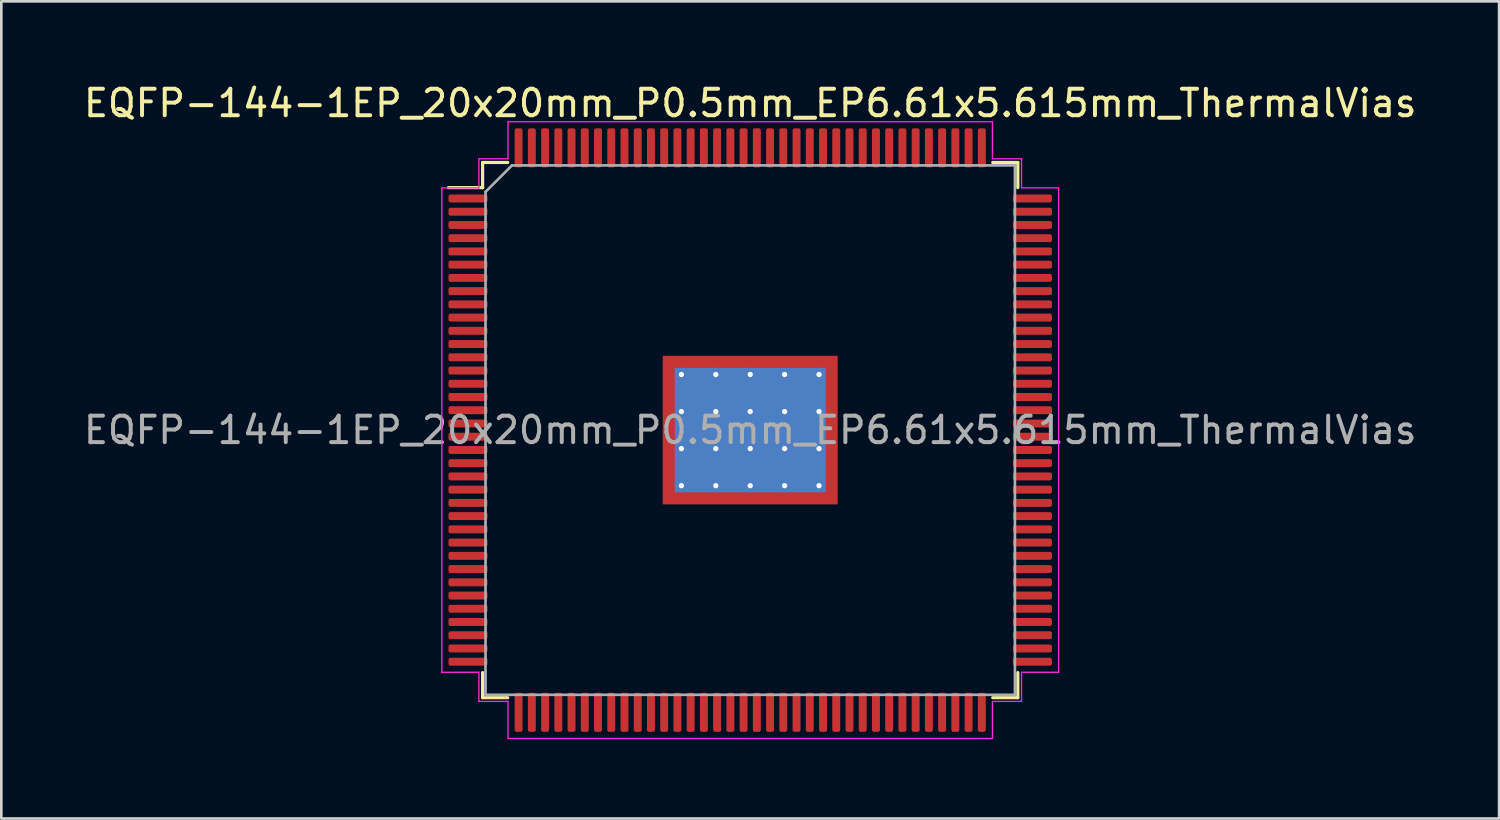
<source format=kicad_pcb>
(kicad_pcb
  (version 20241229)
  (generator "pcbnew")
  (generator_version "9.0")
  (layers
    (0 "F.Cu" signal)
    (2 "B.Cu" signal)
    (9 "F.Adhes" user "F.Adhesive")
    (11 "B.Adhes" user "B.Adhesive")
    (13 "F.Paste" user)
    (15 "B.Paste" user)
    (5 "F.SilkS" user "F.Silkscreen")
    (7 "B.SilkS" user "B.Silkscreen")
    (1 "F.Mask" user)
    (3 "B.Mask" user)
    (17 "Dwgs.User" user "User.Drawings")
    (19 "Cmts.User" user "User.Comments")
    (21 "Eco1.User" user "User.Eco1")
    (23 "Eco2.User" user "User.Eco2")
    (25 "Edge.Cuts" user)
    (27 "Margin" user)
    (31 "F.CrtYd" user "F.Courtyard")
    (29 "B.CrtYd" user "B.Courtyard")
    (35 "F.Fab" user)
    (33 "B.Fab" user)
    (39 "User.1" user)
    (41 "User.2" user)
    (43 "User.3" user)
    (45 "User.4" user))
  (footprint "EQFP-144-1EP_20x20mm_P0.5mm_EP6.61x5.615mm_ThermalVias"
    (layer "F.Cu")
    (at 25.292 13.198)
    (property "Reference" "EQFP-144-1EP_20x20mm_P0.5mm_EP6.61x5.615mm_ThermalVias" (at 0 -12.35 0) (layer "F.SilkS") (effects (font (size 1 1) (thickness 0.15))))
    (attr smd)
    (fp_line (start -10.11 -10.11) (end -10.11 -9.16) (stroke (width 0.12) (type solid)) (layer "F.SilkS"))
    (fp_line (start -10.11 -9.16) (end -11.4 -9.16) (stroke (width 0.12) (type solid)) (layer "F.SilkS"))
    (fp_line (start -10.11 10.11) (end -10.11 9.16) (stroke (width 0.12) (type solid)) (layer "F.SilkS"))
    (fp_line (start -9.16 -10.11) (end -10.11 -10.11) (stroke (width 0.12) (type solid)) (layer "F.SilkS"))
    (fp_line (start -9.16 10.11) (end -10.11 10.11) (stroke (width 0.12) (type solid)) (layer "F.SilkS"))
    (fp_line (start 9.16 -10.11) (end 10.11 -10.11) (stroke (width 0.12) (type solid)) (layer "F.SilkS"))
    (fp_line (start 9.16 10.11) (end 10.11 10.11) (stroke (width 0.12) (type solid)) (layer "F.SilkS"))
    (fp_line (start 10.11 -10.11) (end 10.11 -9.16) (stroke (width 0.12) (type solid)) (layer "F.SilkS"))
    (fp_line (start 10.11 10.11) (end 10.11 9.16) (stroke (width 0.12) (type solid)) (layer "F.SilkS"))
    (fp_line (start -11.65 -9.15) (end -11.65 0) (stroke (width 0.05) (type solid)) (layer "F.CrtYd"))
    (fp_line (start -11.65 9.15) (end -11.65 0) (stroke (width 0.05) (type solid)) (layer "F.CrtYd"))
    (fp_line (start -10.25 -10.25) (end -10.25 -9.15) (stroke (width 0.05) (type solid)) (layer "F.CrtYd"))
    (fp_line (start -10.25 -9.15) (end -11.65 -9.15) (stroke (width 0.05) (type solid)) (layer "F.CrtYd"))
    (fp_line (start -10.25 9.15) (end -11.65 9.15) (stroke (width 0.05) (type solid)) (layer "F.CrtYd"))
    (fp_line (start -10.25 10.25) (end -10.25 9.15) (stroke (width 0.05) (type solid)) (layer "F.CrtYd"))
    (fp_line (start -9.15 -11.65) (end -9.15 -10.25) (stroke (width 0.05) (type solid)) (layer "F.CrtYd"))
    (fp_line (start -9.15 -10.25) (end -10.25 -10.25) (stroke (width 0.05) (type solid)) (layer "F.CrtYd"))
    (fp_line (start -9.15 10.25) (end -10.25 10.25) (stroke (width 0.05) (type solid)) (layer "F.CrtYd"))
    (fp_line (start -9.15 11.65) (end -9.15 10.25) (stroke (width 0.05) (type solid)) (layer "F.CrtYd"))
    (fp_line (start 0 -11.65) (end -9.15 -11.65) (stroke (width 0.05) (type solid)) (layer "F.CrtYd"))
    (fp_line (start 0 -11.65) (end 9.15 -11.65) (stroke (width 0.05) (type solid)) (layer "F.CrtYd"))
    (fp_line (start 0 11.65) (end -9.15 11.65) (stroke (width 0.05) (type solid)) (layer "F.CrtYd"))
    (fp_line (start 0 11.65) (end 9.15 11.65) (stroke (width 0.05) (type solid)) (layer "F.CrtYd"))
    (fp_line (start 9.15 -11.65) (end 9.15 -10.25) (stroke (width 0.05) (type solid)) (layer "F.CrtYd"))
    (fp_line (start 9.15 -10.25) (end 10.25 -10.25) (stroke (width 0.05) (type solid)) (layer "F.CrtYd"))
    (fp_line (start 9.15 10.25) (end 10.25 10.25) (stroke (width 0.05) (type solid)) (layer "F.CrtYd"))
    (fp_line (start 9.15 11.65) (end 9.15 10.25) (stroke (width 0.05) (type solid)) (layer "F.CrtYd"))
    (fp_line (start 10.25 -10.25) (end 10.25 -9.15) (stroke (width 0.05) (type solid)) (layer "F.CrtYd"))
    (fp_line (start 10.25 -9.15) (end 11.65 -9.15) (stroke (width 0.05) (type solid)) (layer "F.CrtYd"))
    (fp_line (start 10.25 9.15) (end 11.65 9.15) (stroke (width 0.05) (type solid)) (layer "F.CrtYd"))
    (fp_line (start 10.25 10.25) (end 10.25 9.15) (stroke (width 0.05) (type solid)) (layer "F.CrtYd"))
    (fp_line (start 11.65 -9.15) (end 11.65 0) (stroke (width 0.05) (type solid)) (layer "F.CrtYd"))
    (fp_line (start 11.65 9.15) (end 11.65 0) (stroke (width 0.05) (type solid)) (layer "F.CrtYd"))
    (fp_line (start -10 -9) (end -9 -10) (stroke (width 0.1) (type solid)) (layer "F.Fab"))
    (fp_line (start -10 10) (end -10 -9) (stroke (width 0.1) (type solid)) (layer "F.Fab"))
    (fp_line (start -9 -10) (end 10 -10) (stroke (width 0.1) (type solid)) (layer "F.Fab"))
    (fp_line (start 10 -10) (end 10 10) (stroke (width 0.1) (type solid)) (layer "F.Fab"))
    (fp_line (start 10 10) (end -10 10) (stroke (width 0.1) (type solid)) (layer "F.Fab"))
    (fp_text user "${REFERENCE}" (at 0 0 0) (layer "F.Fab") (effects (font (size 1 1) (thickness 0.15))))
    (pad "" smd custom (at -2.953 -2.454) (size 0.465 0.465) (layers "F.Paste") (options (anchor circle)) (primitives (gr_poly (pts (xy 0.181 0.096) (xy 0.095 0.182) (xy -0.181 0.182) (xy -0.181 -0.182) (xy 0.181 -0.182)) (width 0.206) (fill yes))))
    (pad "" smd roundrect (at -2.953 -1.4) (size 0.568 1.129) (layers "F.Paste") (roundrect_rratio 0.25))
    (pad "" smd roundrect (at -2.953 0) (size 0.568 1.129) (layers "F.Paste") (roundrect_rratio 0.25))
    (pad "" smd roundrect (at -2.953 1.4) (size 0.568 1.129) (layers "F.Paste") (roundrect_rratio 0.25))
    (pad "" smd custom (at -2.953 2.454) (size 0.465 0.465) (layers "F.Paste") (options (anchor circle)) (primitives (gr_poly (pts (xy 0.181 -0.096) (xy 0.181 0.182) (xy -0.181 0.182) (xy -0.181 -0.182) (xy 0.095 -0.182)) (width 0.206) (fill yes))))
    (pad "" smd custom (at -1.95 -2.454) (size 0.508 0.508) (layers "F.Paste") (options (anchor circle)) (primitives (gr_poly (pts (xy 0.462 0.171) (xy 0.41 0.223) (xy -0.41 0.223) (xy -0.462 0.171) (xy -0.462 -0.223) (xy 0.462 -0.223)) (width 0.125) (fill yes))))
    (pad "" smd roundrect (at -1.95 -1.4) (size 1.048 1.129) (layers "F.Paste") (roundrect_rratio 0.239))
    (pad "" smd roundrect (at -1.95 0) (size 1.048 1.129) (layers "F.Paste") (roundrect_rratio 0.239))
    (pad "" smd roundrect (at -1.95 1.4) (size 1.048 1.129) (layers "F.Paste") (roundrect_rratio 0.239))
    (pad "" smd custom (at -1.95 2.454) (size 0.508 0.508) (layers "F.Paste") (options (anchor circle)) (primitives (gr_poly (pts (xy 0.462 -0.171) (xy 0.462 0.223) (xy -0.462 0.223) (xy -0.462 -0.171) (xy -0.41 -0.223) (xy 0.41 -0.223)) (width 0.125) (fill yes))))
    (pad "" smd custom (at -0.65 -2.454) (size 0.508 0.508) (layers "F.Paste") (options (anchor circle)) (primitives (gr_poly (pts (xy 0.462 0.171) (xy 0.41 0.223) (xy -0.41 0.223) (xy -0.462 0.171) (xy -0.462 -0.223) (xy 0.462 -0.223)) (width 0.125) (fill yes))))
    (pad "" smd roundrect (at -0.65 -1.4) (size 1.048 1.129) (layers "F.Paste") (roundrect_rratio 0.239))
    (pad "" smd roundrect (at -0.65 0) (size 1.048 1.129) (layers "F.Paste") (roundrect_rratio 0.239))
    (pad "" smd roundrect (at -0.65 1.4) (size 1.048 1.129) (layers "F.Paste") (roundrect_rratio 0.239))
    (pad "" smd custom (at -0.65 2.454) (size 0.508 0.508) (layers "F.Paste") (options (anchor circle)) (primitives (gr_poly (pts (xy 0.462 -0.171) (xy 0.462 0.223) (xy -0.462 0.223) (xy -0.462 -0.171) (xy -0.41 -0.223) (xy 0.41 -0.223)) (width 0.125) (fill yes))))
    (pad "" smd custom (at 0.65 -2.454) (size 0.508 0.508) (layers "F.Paste") (options (anchor circle)) (primitives (gr_poly (pts (xy 0.462 0.171) (xy 0.41 0.223) (xy -0.41 0.223) (xy -0.462 0.171) (xy -0.462 -0.223) (xy 0.462 -0.223)) (width 0.125) (fill yes))))
    (pad "" smd roundrect (at 0.65 -1.4) (size 1.048 1.129) (layers "F.Paste") (roundrect_rratio 0.239))
    (pad "" smd roundrect (at 0.65 0) (size 1.048 1.129) (layers "F.Paste") (roundrect_rratio 0.239))
    (pad "" smd roundrect (at 0.65 1.4) (size 1.048 1.129) (layers "F.Paste") (roundrect_rratio 0.239))
    (pad "" smd custom (at 0.65 2.454) (size 0.508 0.508) (layers "F.Paste") (options (anchor circle)) (primitives (gr_poly (pts (xy 0.462 -0.171) (xy 0.462 0.223) (xy -0.462 0.223) (xy -0.462 -0.171) (xy -0.41 -0.223) (xy 0.41 -0.223)) (width 0.125) (fill yes))))
    (pad "" smd custom (at 1.95 -2.454) (size 0.508 0.508) (layers "F.Paste") (options (anchor circle)) (primitives (gr_poly (pts (xy 0.462 0.171) (xy 0.41 0.223) (xy -0.41 0.223) (xy -0.462 0.171) (xy -0.462 -0.223) (xy 0.462 -0.223)) (width 0.125) (fill yes))))
    (pad "" smd roundrect (at 1.95 -1.4) (size 1.048 1.129) (layers "F.Paste") (roundrect_rratio 0.239))
    (pad "" smd roundrect (at 1.95 0) (size 1.048 1.129) (layers "F.Paste") (roundrect_rratio 0.239))
    (pad "" smd roundrect (at 1.95 1.4) (size 1.048 1.129) (layers "F.Paste") (roundrect_rratio 0.239))
    (pad "" smd custom (at 1.95 2.454) (size 0.508 0.508) (layers "F.Paste") (options (anchor circle)) (primitives (gr_poly (pts (xy 0.462 -0.171) (xy 0.462 0.223) (xy -0.462 0.223) (xy -0.462 -0.171) (xy -0.41 -0.223) (xy 0.41 -0.223)) (width 0.125) (fill yes))))
    (pad "" smd custom (at 2.953 -2.454) (size 0.465 0.465) (layers "F.Paste") (options (anchor circle)) (primitives (gr_poly (pts (xy 0.181 0.182) (xy -0.095 0.182) (xy -0.181 0.096) (xy -0.181 -0.182) (xy 0.181 -0.182)) (width 0.206) (fill yes))))
    (pad "" smd roundrect (at 2.953 -1.4) (size 0.568 1.129) (layers "F.Paste") (roundrect_rratio 0.25))
    (pad "" smd roundrect (at 2.953 0) (size 0.568 1.129) (layers "F.Paste") (roundrect_rratio 0.25))
    (pad "" smd roundrect (at 2.953 1.4) (size 0.568 1.129) (layers "F.Paste") (roundrect_rratio 0.25))
    (pad "" smd custom (at 2.953 2.454) (size 0.465 0.465) (layers "F.Paste") (options (anchor circle)) (primitives (gr_poly (pts (xy 0.181 0.182) (xy -0.181 0.182) (xy -0.181 -0.096) (xy -0.095 -0.182) (xy 0.181 -0.182)) (width 0.206) (fill yes))))
    (pad "1" smd roundrect (at -10.662 -8.75) (size 1.475 0.3) (layers "F.Cu" "F.Mask" "F.Paste") (roundrect_rratio 0.25))
    (pad "2" smd roundrect (at -10.662 -8.25) (size 1.475 0.3) (layers "F.Cu" "F.Mask" "F.Paste") (roundrect_rratio 0.25))
    (pad "3" smd roundrect (at -10.662 -7.75) (size 1.475 0.3) (layers "F.Cu" "F.Mask" "F.Paste") (roundrect_rratio 0.25))
    (pad "4" smd roundrect (at -10.662 -7.25) (size 1.475 0.3) (layers "F.Cu" "F.Mask" "F.Paste") (roundrect_rratio 0.25))
    (pad "5" smd roundrect (at -10.662 -6.75) (size 1.475 0.3) (layers "F.Cu" "F.Mask" "F.Paste") (roundrect_rratio 0.25))
    (pad "6" smd roundrect (at -10.662 -6.25) (size 1.475 0.3) (layers "F.Cu" "F.Mask" "F.Paste") (roundrect_rratio 0.25))
    (pad "7" smd roundrect (at -10.662 -5.75) (size 1.475 0.3) (layers "F.Cu" "F.Mask" "F.Paste") (roundrect_rratio 0.25))
    (pad "8" smd roundrect (at -10.662 -5.25) (size 1.475 0.3) (layers "F.Cu" "F.Mask" "F.Paste") (roundrect_rratio 0.25))
    (pad "9" smd roundrect (at -10.662 -4.75) (size 1.475 0.3) (layers "F.Cu" "F.Mask" "F.Paste") (roundrect_rratio 0.25))
    (pad "10" smd roundrect (at -10.662 -4.25) (size 1.475 0.3) (layers "F.Cu" "F.Mask" "F.Paste") (roundrect_rratio 0.25))
    (pad "11" smd roundrect (at -10.662 -3.75) (size 1.475 0.3) (layers "F.Cu" "F.Mask" "F.Paste") (roundrect_rratio 0.25))
    (pad "12" smd roundrect (at -10.662 -3.25) (size 1.475 0.3) (layers "F.Cu" "F.Mask" "F.Paste") (roundrect_rratio 0.25))
    (pad "13" smd roundrect (at -10.662 -2.75) (size 1.475 0.3) (layers "F.Cu" "F.Mask" "F.Paste") (roundrect_rratio 0.25))
    (pad "14" smd roundrect (at -10.662 -2.25) (size 1.475 0.3) (layers "F.Cu" "F.Mask" "F.Paste") (roundrect_rratio 0.25))
    (pad "15" smd roundrect (at -10.662 -1.75) (size 1.475 0.3) (layers "F.Cu" "F.Mask" "F.Paste") (roundrect_rratio 0.25))
    (pad "16" smd roundrect (at -10.662 -1.25) (size 1.475 0.3) (layers "F.Cu" "F.Mask" "F.Paste") (roundrect_rratio 0.25))
    (pad "17" smd roundrect (at -10.662 -0.75) (size 1.475 0.3) (layers "F.Cu" "F.Mask" "F.Paste") (roundrect_rratio 0.25))
    (pad "18" smd roundrect (at -10.662 -0.25) (size 1.475 0.3) (layers "F.Cu" "F.Mask" "F.Paste") (roundrect_rratio 0.25))
    (pad "19" smd roundrect (at -10.662 0.25) (size 1.475 0.3) (layers "F.Cu" "F.Mask" "F.Paste") (roundrect_rratio 0.25))
    (pad "20" smd roundrect (at -10.662 0.75) (size 1.475 0.3) (layers "F.Cu" "F.Mask" "F.Paste") (roundrect_rratio 0.25))
    (pad "21" smd roundrect (at -10.662 1.25) (size 1.475 0.3) (layers "F.Cu" "F.Mask" "F.Paste") (roundrect_rratio 0.25))
    (pad "22" smd roundrect (at -10.662 1.75) (size 1.475 0.3) (layers "F.Cu" "F.Mask" "F.Paste") (roundrect_rratio 0.25))
    (pad "23" smd roundrect (at -10.662 2.25) (size 1.475 0.3) (layers "F.Cu" "F.Mask" "F.Paste") (roundrect_rratio 0.25))
    (pad "24" smd roundrect (at -10.662 2.75) (size 1.475 0.3) (layers "F.Cu" "F.Mask" "F.Paste") (roundrect_rratio 0.25))
    (pad "25" smd roundrect (at -10.662 3.25) (size 1.475 0.3) (layers "F.Cu" "F.Mask" "F.Paste") (roundrect_rratio 0.25))
    (pad "26" smd roundrect (at -10.662 3.75) (size 1.475 0.3) (layers "F.Cu" "F.Mask" "F.Paste") (roundrect_rratio 0.25))
    (pad "27" smd roundrect (at -10.662 4.25) (size 1.475 0.3) (layers "F.Cu" "F.Mask" "F.Paste") (roundrect_rratio 0.25))
    (pad "28" smd roundrect (at -10.662 4.75) (size 1.475 0.3) (layers "F.Cu" "F.Mask" "F.Paste") (roundrect_rratio 0.25))
    (pad "29" smd roundrect (at -10.662 5.25) (size 1.475 0.3) (layers "F.Cu" "F.Mask" "F.Paste") (roundrect_rratio 0.25))
    (pad "30" smd roundrect (at -10.662 5.75) (size 1.475 0.3) (layers "F.Cu" "F.Mask" "F.Paste") (roundrect_rratio 0.25))
    (pad "31" smd roundrect (at -10.662 6.25) (size 1.475 0.3) (layers "F.Cu" "F.Mask" "F.Paste") (roundrect_rratio 0.25))
    (pad "32" smd roundrect (at -10.662 6.75) (size 1.475 0.3) (layers "F.Cu" "F.Mask" "F.Paste") (roundrect_rratio 0.25))
    (pad "33" smd roundrect (at -10.662 7.25) (size 1.475 0.3) (layers "F.Cu" "F.Mask" "F.Paste") (roundrect_rratio 0.25))
    (pad "34" smd roundrect (at -10.662 7.75) (size 1.475 0.3) (layers "F.Cu" "F.Mask" "F.Paste") (roundrect_rratio 0.25))
    (pad "35" smd roundrect (at -10.662 8.25) (size 1.475 0.3) (layers "F.Cu" "F.Mask" "F.Paste") (roundrect_rratio 0.25))
    (pad "36" smd roundrect (at -10.662 8.75) (size 1.475 0.3) (layers "F.Cu" "F.Mask" "F.Paste") (roundrect_rratio 0.25))
    (pad "37" smd roundrect (at -8.75 10.662) (size 0.3 1.475) (layers "F.Cu" "F.Mask" "F.Paste") (roundrect_rratio 0.25))
    (pad "38" smd roundrect (at -8.25 10.662) (size 0.3 1.475) (layers "F.Cu" "F.Mask" "F.Paste") (roundrect_rratio 0.25))
    (pad "39" smd roundrect (at -7.75 10.662) (size 0.3 1.475) (layers "F.Cu" "F.Mask" "F.Paste") (roundrect_rratio 0.25))
    (pad "40" smd roundrect (at -7.25 10.662) (size 0.3 1.475) (layers "F.Cu" "F.Mask" "F.Paste") (roundrect_rratio 0.25))
    (pad "41" smd roundrect (at -6.75 10.662) (size 0.3 1.475) (layers "F.Cu" "F.Mask" "F.Paste") (roundrect_rratio 0.25))
    (pad "42" smd roundrect (at -6.25 10.662) (size 0.3 1.475) (layers "F.Cu" "F.Mask" "F.Paste") (roundrect_rratio 0.25))
    (pad "43" smd roundrect (at -5.75 10.662) (size 0.3 1.475) (layers "F.Cu" "F.Mask" "F.Paste") (roundrect_rratio 0.25))
    (pad "44" smd roundrect (at -5.25 10.662) (size 0.3 1.475) (layers "F.Cu" "F.Mask" "F.Paste") (roundrect_rratio 0.25))
    (pad "45" smd roundrect (at -4.75 10.662) (size 0.3 1.475) (layers "F.Cu" "F.Mask" "F.Paste") (roundrect_rratio 0.25))
    (pad "46" smd roundrect (at -4.25 10.662) (size 0.3 1.475) (layers "F.Cu" "F.Mask" "F.Paste") (roundrect_rratio 0.25))
    (pad "47" smd roundrect (at -3.75 10.662) (size 0.3 1.475) (layers "F.Cu" "F.Mask" "F.Paste") (roundrect_rratio 0.25))
    (pad "48" smd roundrect (at -3.25 10.662) (size 0.3 1.475) (layers "F.Cu" "F.Mask" "F.Paste") (roundrect_rratio 0.25))
    (pad "49" smd roundrect (at -2.75 10.662) (size 0.3 1.475) (layers "F.Cu" "F.Mask" "F.Paste") (roundrect_rratio 0.25))
    (pad "50" smd roundrect (at -2.25 10.662) (size 0.3 1.475) (layers "F.Cu" "F.Mask" "F.Paste") (roundrect_rratio 0.25))
    (pad "51" smd roundrect (at -1.75 10.662) (size 0.3 1.475) (layers "F.Cu" "F.Mask" "F.Paste") (roundrect_rratio 0.25))
    (pad "52" smd roundrect (at -1.25 10.662) (size 0.3 1.475) (layers "F.Cu" "F.Mask" "F.Paste") (roundrect_rratio 0.25))
    (pad "53" smd roundrect (at -0.75 10.662) (size 0.3 1.475) (layers "F.Cu" "F.Mask" "F.Paste") (roundrect_rratio 0.25))
    (pad "54" smd roundrect (at -0.25 10.662) (size 0.3 1.475) (layers "F.Cu" "F.Mask" "F.Paste") (roundrect_rratio 0.25))
    (pad "55" smd roundrect (at 0.25 10.662) (size 0.3 1.475) (layers "F.Cu" "F.Mask" "F.Paste") (roundrect_rratio 0.25))
    (pad "56" smd roundrect (at 0.75 10.662) (size 0.3 1.475) (layers "F.Cu" "F.Mask" "F.Paste") (roundrect_rratio 0.25))
    (pad "57" smd roundrect (at 1.25 10.662) (size 0.3 1.475) (layers "F.Cu" "F.Mask" "F.Paste") (roundrect_rratio 0.25))
    (pad "58" smd roundrect (at 1.75 10.662) (size 0.3 1.475) (layers "F.Cu" "F.Mask" "F.Paste") (roundrect_rratio 0.25))
    (pad "59" smd roundrect (at 2.25 10.662) (size 0.3 1.475) (layers "F.Cu" "F.Mask" "F.Paste") (roundrect_rratio 0.25))
    (pad "60" smd roundrect (at 2.75 10.662) (size 0.3 1.475) (layers "F.Cu" "F.Mask" "F.Paste") (roundrect_rratio 0.25))
    (pad "61" smd roundrect (at 3.25 10.662) (size 0.3 1.475) (layers "F.Cu" "F.Mask" "F.Paste") (roundrect_rratio 0.25))
    (pad "62" smd roundrect (at 3.75 10.662) (size 0.3 1.475) (layers "F.Cu" "F.Mask" "F.Paste") (roundrect_rratio 0.25))
    (pad "63" smd roundrect (at 4.25 10.662) (size 0.3 1.475) (layers "F.Cu" "F.Mask" "F.Paste") (roundrect_rratio 0.25))
    (pad "64" smd roundrect (at 4.75 10.662) (size 0.3 1.475) (layers "F.Cu" "F.Mask" "F.Paste") (roundrect_rratio 0.25))
    (pad "65" smd roundrect (at 5.25 10.662) (size 0.3 1.475) (layers "F.Cu" "F.Mask" "F.Paste") (roundrect_rratio 0.25))
    (pad "66" smd roundrect (at 5.75 10.662) (size 0.3 1.475) (layers "F.Cu" "F.Mask" "F.Paste") (roundrect_rratio 0.25))
    (pad "67" smd roundrect (at 6.25 10.662) (size 0.3 1.475) (layers "F.Cu" "F.Mask" "F.Paste") (roundrect_rratio 0.25))
    (pad "68" smd roundrect (at 6.75 10.662) (size 0.3 1.475) (layers "F.Cu" "F.Mask" "F.Paste") (roundrect_rratio 0.25))
    (pad "69" smd roundrect (at 7.25 10.662) (size 0.3 1.475) (layers "F.Cu" "F.Mask" "F.Paste") (roundrect_rratio 0.25))
    (pad "70" smd roundrect (at 7.75 10.662) (size 0.3 1.475) (layers "F.Cu" "F.Mask" "F.Paste") (roundrect_rratio 0.25))
    (pad "71" smd roundrect (at 8.25 10.662) (size 0.3 1.475) (layers "F.Cu" "F.Mask" "F.Paste") (roundrect_rratio 0.25))
    (pad "72" smd roundrect (at 8.75 10.662) (size 0.3 1.475) (layers "F.Cu" "F.Mask" "F.Paste") (roundrect_rratio 0.25))
    (pad "73" smd roundrect (at 10.662 8.75) (size 1.475 0.3) (layers "F.Cu" "F.Mask" "F.Paste") (roundrect_rratio 0.25))
    (pad "74" smd roundrect (at 10.662 8.25) (size 1.475 0.3) (layers "F.Cu" "F.Mask" "F.Paste") (roundrect_rratio 0.25))
    (pad "75" smd roundrect (at 10.662 7.75) (size 1.475 0.3) (layers "F.Cu" "F.Mask" "F.Paste") (roundrect_rratio 0.25))
    (pad "76" smd roundrect (at 10.662 7.25) (size 1.475 0.3) (layers "F.Cu" "F.Mask" "F.Paste") (roundrect_rratio 0.25))
    (pad "77" smd roundrect (at 10.662 6.75) (size 1.475 0.3) (layers "F.Cu" "F.Mask" "F.Paste") (roundrect_rratio 0.25))
    (pad "78" smd roundrect (at 10.662 6.25) (size 1.475 0.3) (layers "F.Cu" "F.Mask" "F.Paste") (roundrect_rratio 0.25))
    (pad "79" smd roundrect (at 10.662 5.75) (size 1.475 0.3) (layers "F.Cu" "F.Mask" "F.Paste") (roundrect_rratio 0.25))
    (pad "80" smd roundrect (at 10.662 5.25) (size 1.475 0.3) (layers "F.Cu" "F.Mask" "F.Paste") (roundrect_rratio 0.25))
    (pad "81" smd roundrect (at 10.662 4.75) (size 1.475 0.3) (layers "F.Cu" "F.Mask" "F.Paste") (roundrect_rratio 0.25))
    (pad "82" smd roundrect (at 10.662 4.25) (size 1.475 0.3) (layers "F.Cu" "F.Mask" "F.Paste") (roundrect_rratio 0.25))
    (pad "83" smd roundrect (at 10.662 3.75) (size 1.475 0.3) (layers "F.Cu" "F.Mask" "F.Paste") (roundrect_rratio 0.25))
    (pad "84" smd roundrect (at 10.662 3.25) (size 1.475 0.3) (layers "F.Cu" "F.Mask" "F.Paste") (roundrect_rratio 0.25))
    (pad "85" smd roundrect (at 10.662 2.75) (size 1.475 0.3) (layers "F.Cu" "F.Mask" "F.Paste") (roundrect_rratio 0.25))
    (pad "86" smd roundrect (at 10.662 2.25) (size 1.475 0.3) (layers "F.Cu" "F.Mask" "F.Paste") (roundrect_rratio 0.25))
    (pad "87" smd roundrect (at 10.662 1.75) (size 1.475 0.3) (layers "F.Cu" "F.Mask" "F.Paste") (roundrect_rratio 0.25))
    (pad "88" smd roundrect (at 10.662 1.25) (size 1.475 0.3) (layers "F.Cu" "F.Mask" "F.Paste") (roundrect_rratio 0.25))
    (pad "89" smd roundrect (at 10.662 0.75) (size 1.475 0.3) (layers "F.Cu" "F.Mask" "F.Paste") (roundrect_rratio 0.25))
    (pad "90" smd roundrect (at 10.662 0.25) (size 1.475 0.3) (layers "F.Cu" "F.Mask" "F.Paste") (roundrect_rratio 0.25))
    (pad "91" smd roundrect (at 10.662 -0.25) (size 1.475 0.3) (layers "F.Cu" "F.Mask" "F.Paste") (roundrect_rratio 0.25))
    (pad "92" smd roundrect (at 10.662 -0.75) (size 1.475 0.3) (layers "F.Cu" "F.Mask" "F.Paste") (roundrect_rratio 0.25))
    (pad "93" smd roundrect (at 10.662 -1.25) (size 1.475 0.3) (layers "F.Cu" "F.Mask" "F.Paste") (roundrect_rratio 0.25))
    (pad "94" smd roundrect (at 10.662 -1.75) (size 1.475 0.3) (layers "F.Cu" "F.Mask" "F.Paste") (roundrect_rratio 0.25))
    (pad "95" smd roundrect (at 10.662 -2.25) (size 1.475 0.3) (layers "F.Cu" "F.Mask" "F.Paste") (roundrect_rratio 0.25))
    (pad "96" smd roundrect (at 10.662 -2.75) (size 1.475 0.3) (layers "F.Cu" "F.Mask" "F.Paste") (roundrect_rratio 0.25))
    (pad "97" smd roundrect (at 10.662 -3.25) (size 1.475 0.3) (layers "F.Cu" "F.Mask" "F.Paste") (roundrect_rratio 0.25))
    (pad "98" smd roundrect (at 10.662 -3.75) (size 1.475 0.3) (layers "F.Cu" "F.Mask" "F.Paste") (roundrect_rratio 0.25))
    (pad "99" smd roundrect (at 10.662 -4.25) (size 1.475 0.3) (layers "F.Cu" "F.Mask" "F.Paste") (roundrect_rratio 0.25))
    (pad "100" smd roundrect (at 10.662 -4.75) (size 1.475 0.3) (layers "F.Cu" "F.Mask" "F.Paste") (roundrect_rratio 0.25))
    (pad "101" smd roundrect (at 10.662 -5.25) (size 1.475 0.3) (layers "F.Cu" "F.Mask" "F.Paste") (roundrect_rratio 0.25))
    (pad "102" smd roundrect (at 10.662 -5.75) (size 1.475 0.3) (layers "F.Cu" "F.Mask" "F.Paste") (roundrect_rratio 0.25))
    (pad "103" smd roundrect (at 10.662 -6.25) (size 1.475 0.3) (layers "F.Cu" "F.Mask" "F.Paste") (roundrect_rratio 0.25))
    (pad "104" smd roundrect (at 10.662 -6.75) (size 1.475 0.3) (layers "F.Cu" "F.Mask" "F.Paste") (roundrect_rratio 0.25))
    (pad "105" smd roundrect (at 10.662 -7.25) (size 1.475 0.3) (layers "F.Cu" "F.Mask" "F.Paste") (roundrect_rratio 0.25))
    (pad "106" smd roundrect (at 10.662 -7.75) (size 1.475 0.3) (layers "F.Cu" "F.Mask" "F.Paste") (roundrect_rratio 0.25))
    (pad "107" smd roundrect (at 10.662 -8.25) (size 1.475 0.3) (layers "F.Cu" "F.Mask" "F.Paste") (roundrect_rratio 0.25))
    (pad "108" smd roundrect (at 10.662 -8.75) (size 1.475 0.3) (layers "F.Cu" "F.Mask" "F.Paste") (roundrect_rratio 0.25))
    (pad "109" smd roundrect (at 8.75 -10.662) (size 0.3 1.475) (layers "F.Cu" "F.Mask" "F.Paste") (roundrect_rratio 0.25))
    (pad "110" smd roundrect (at 8.25 -10.662) (size 0.3 1.475) (layers "F.Cu" "F.Mask" "F.Paste") (roundrect_rratio 0.25))
    (pad "111" smd roundrect (at 7.75 -10.662) (size 0.3 1.475) (layers "F.Cu" "F.Mask" "F.Paste") (roundrect_rratio 0.25))
    (pad "112" smd roundrect (at 7.25 -10.662) (size 0.3 1.475) (layers "F.Cu" "F.Mask" "F.Paste") (roundrect_rratio 0.25))
    (pad "113" smd roundrect (at 6.75 -10.662) (size 0.3 1.475) (layers "F.Cu" "F.Mask" "F.Paste") (roundrect_rratio 0.25))
    (pad "114" smd roundrect (at 6.25 -10.662) (size 0.3 1.475) (layers "F.Cu" "F.Mask" "F.Paste") (roundrect_rratio 0.25))
    (pad "115" smd roundrect (at 5.75 -10.662) (size 0.3 1.475) (layers "F.Cu" "F.Mask" "F.Paste") (roundrect_rratio 0.25))
    (pad "116" smd roundrect (at 5.25 -10.662) (size 0.3 1.475) (layers "F.Cu" "F.Mask" "F.Paste") (roundrect_rratio 0.25))
    (pad "117" smd roundrect (at 4.75 -10.662) (size 0.3 1.475) (layers "F.Cu" "F.Mask" "F.Paste") (roundrect_rratio 0.25))
    (pad "118" smd roundrect (at 4.25 -10.662) (size 0.3 1.475) (layers "F.Cu" "F.Mask" "F.Paste") (roundrect_rratio 0.25))
    (pad "119" smd roundrect (at 3.75 -10.662) (size 0.3 1.475) (layers "F.Cu" "F.Mask" "F.Paste") (roundrect_rratio 0.25))
    (pad "120" smd roundrect (at 3.25 -10.662) (size 0.3 1.475) (layers "F.Cu" "F.Mask" "F.Paste") (roundrect_rratio 0.25))
    (pad "121" smd roundrect (at 2.75 -10.662) (size 0.3 1.475) (layers "F.Cu" "F.Mask" "F.Paste") (roundrect_rratio 0.25))
    (pad "122" smd roundrect (at 2.25 -10.662) (size 0.3 1.475) (layers "F.Cu" "F.Mask" "F.Paste") (roundrect_rratio 0.25))
    (pad "123" smd roundrect (at 1.75 -10.662) (size 0.3 1.475) (layers "F.Cu" "F.Mask" "F.Paste") (roundrect_rratio 0.25))
    (pad "124" smd roundrect (at 1.25 -10.662) (size 0.3 1.475) (layers "F.Cu" "F.Mask" "F.Paste") (roundrect_rratio 0.25))
    (pad "125" smd roundrect (at 0.75 -10.662) (size 0.3 1.475) (layers "F.Cu" "F.Mask" "F.Paste") (roundrect_rratio 0.25))
    (pad "126" smd roundrect (at 0.25 -10.662) (size 0.3 1.475) (layers "F.Cu" "F.Mask" "F.Paste") (roundrect_rratio 0.25))
    (pad "127" smd roundrect (at -0.25 -10.662) (size 0.3 1.475) (layers "F.Cu" "F.Mask" "F.Paste") (roundrect_rratio 0.25))
    (pad "128" smd roundrect (at -0.75 -10.662) (size 0.3 1.475) (layers "F.Cu" "F.Mask" "F.Paste") (roundrect_rratio 0.25))
    (pad "129" smd roundrect (at -1.25 -10.662) (size 0.3 1.475) (layers "F.Cu" "F.Mask" "F.Paste") (roundrect_rratio 0.25))
    (pad "130" smd roundrect (at -1.75 -10.662) (size 0.3 1.475) (layers "F.Cu" "F.Mask" "F.Paste") (roundrect_rratio 0.25))
    (pad "131" smd roundrect (at -2.25 -10.662) (size 0.3 1.475) (layers "F.Cu" "F.Mask" "F.Paste") (roundrect_rratio 0.25))
    (pad "132" smd roundrect (at -2.75 -10.662) (size 0.3 1.475) (layers "F.Cu" "F.Mask" "F.Paste") (roundrect_rratio 0.25))
    (pad "133" smd roundrect (at -3.25 -10.662) (size 0.3 1.475) (layers "F.Cu" "F.Mask" "F.Paste") (roundrect_rratio 0.25))
    (pad "134" smd roundrect (at -3.75 -10.662) (size 0.3 1.475) (layers "F.Cu" "F.Mask" "F.Paste") (roundrect_rratio 0.25))
    (pad "135" smd roundrect (at -4.25 -10.662) (size 0.3 1.475) (layers "F.Cu" "F.Mask" "F.Paste") (roundrect_rratio 0.25))
    (pad "136" smd roundrect (at -4.75 -10.662) (size 0.3 1.475) (layers "F.Cu" "F.Mask" "F.Paste") (roundrect_rratio 0.25))
    (pad "137" smd roundrect (at -5.25 -10.662) (size 0.3 1.475) (layers "F.Cu" "F.Mask" "F.Paste") (roundrect_rratio 0.25))
    (pad "138" smd roundrect (at -5.75 -10.662) (size 0.3 1.475) (layers "F.Cu" "F.Mask" "F.Paste") (roundrect_rratio 0.25))
    (pad "139" smd roundrect (at -6.25 -10.662) (size 0.3 1.475) (layers "F.Cu" "F.Mask" "F.Paste") (roundrect_rratio 0.25))
    (pad "140" smd roundrect (at -6.75 -10.662) (size 0.3 1.475) (layers "F.Cu" "F.Mask" "F.Paste") (roundrect_rratio 0.25))
    (pad "141" smd roundrect (at -7.25 -10.662) (size 0.3 1.475) (layers "F.Cu" "F.Mask" "F.Paste") (roundrect_rratio 0.25))
    (pad "142" smd roundrect (at -7.75 -10.662) (size 0.3 1.475) (layers "F.Cu" "F.Mask" "F.Paste") (roundrect_rratio 0.25))
    (pad "143" smd roundrect (at -8.25 -10.662) (size 0.3 1.475) (layers "F.Cu" "F.Mask" "F.Paste") (roundrect_rratio 0.25))
    (pad "144" smd roundrect (at -8.75 -10.662) (size 0.3 1.475) (layers "F.Cu" "F.Mask" "F.Paste") (roundrect_rratio 0.25))
    (pad "145" thru_hole circle (at -2.6 -2.1) (size 0.5 0.5) (drill 0.2) (layers "*.Cu"))
    (pad "145" thru_hole circle (at -2.6 -0.7) (size 0.5 0.5) (drill 0.2) (layers "*.Cu"))
    (pad "145" thru_hole circle (at -2.6 0.7) (size 0.5 0.5) (drill 0.2) (layers "*.Cu"))
    (pad "145" thru_hole circle (at -2.6 2.1) (size 0.5 0.5) (drill 0.2) (layers "*.Cu"))
    (pad "145" thru_hole circle (at -1.3 -2.1) (size 0.5 0.5) (drill 0.2) (layers "*.Cu"))
    (pad "145" thru_hole circle (at -1.3 -0.7) (size 0.5 0.5) (drill 0.2) (layers "*.Cu"))
    (pad "145" thru_hole circle (at -1.3 0.7) (size 0.5 0.5) (drill 0.2) (layers "*.Cu"))
    (pad "145" thru_hole circle (at -1.3 2.1) (size 0.5 0.5) (drill 0.2) (layers "*.Cu"))
    (pad "145" thru_hole circle (at 0 -2.1) (size 0.5 0.5) (drill 0.2) (layers "*.Cu"))
    (pad "145" thru_hole circle (at 0 -0.7) (size 0.5 0.5) (drill 0.2) (layers "*.Cu"))
    (pad "145" smd rect (at 0 0) (size 5.7 4.7) (layers "B.Cu"))
    (pad "145" smd rect (at 0 0) (size 6.61 5.615) (layers "F.Cu" "F.Mask"))
    (pad "145" thru_hole circle (at 0 0.7) (size 0.5 0.5) (drill 0.2) (layers "*.Cu"))
    (pad "145" thru_hole circle (at 0 2.1) (size 0.5 0.5) (drill 0.2) (layers "*.Cu"))
    (pad "145" thru_hole circle (at 1.3 -2.1) (size 0.5 0.5) (drill 0.2) (layers "*.Cu"))
    (pad "145" thru_hole circle (at 1.3 -0.7) (size 0.5 0.5) (drill 0.2) (layers "*.Cu"))
    (pad "145" thru_hole circle (at 1.3 0.7) (size 0.5 0.5) (drill 0.2) (layers "*.Cu"))
    (pad "145" thru_hole circle (at 1.3 2.1) (size 0.5 0.5) (drill 0.2) (layers "*.Cu"))
    (pad "145" thru_hole circle (at 2.6 -2.1) (size 0.5 0.5) (drill 0.2) (layers "*.Cu"))
    (pad "145" thru_hole circle (at 2.6 -0.7) (size 0.5 0.5) (drill 0.2) (layers "*.Cu"))
    (pad "145" thru_hole circle (at 2.6 0.7) (size 0.5 0.5) (drill 0.2) (layers "*.Cu"))
    (pad "145" thru_hole circle (at 2.6 2.1) (size 0.5 0.5) (drill 0.2) (layers "*.Cu")))
  (gr_rect
    (start -3 -3)
    (end 53.583 27.873)
    (stroke (width 0.1) (type default))
    (fill no)
    (layer "Edge.Cuts")))
</source>
